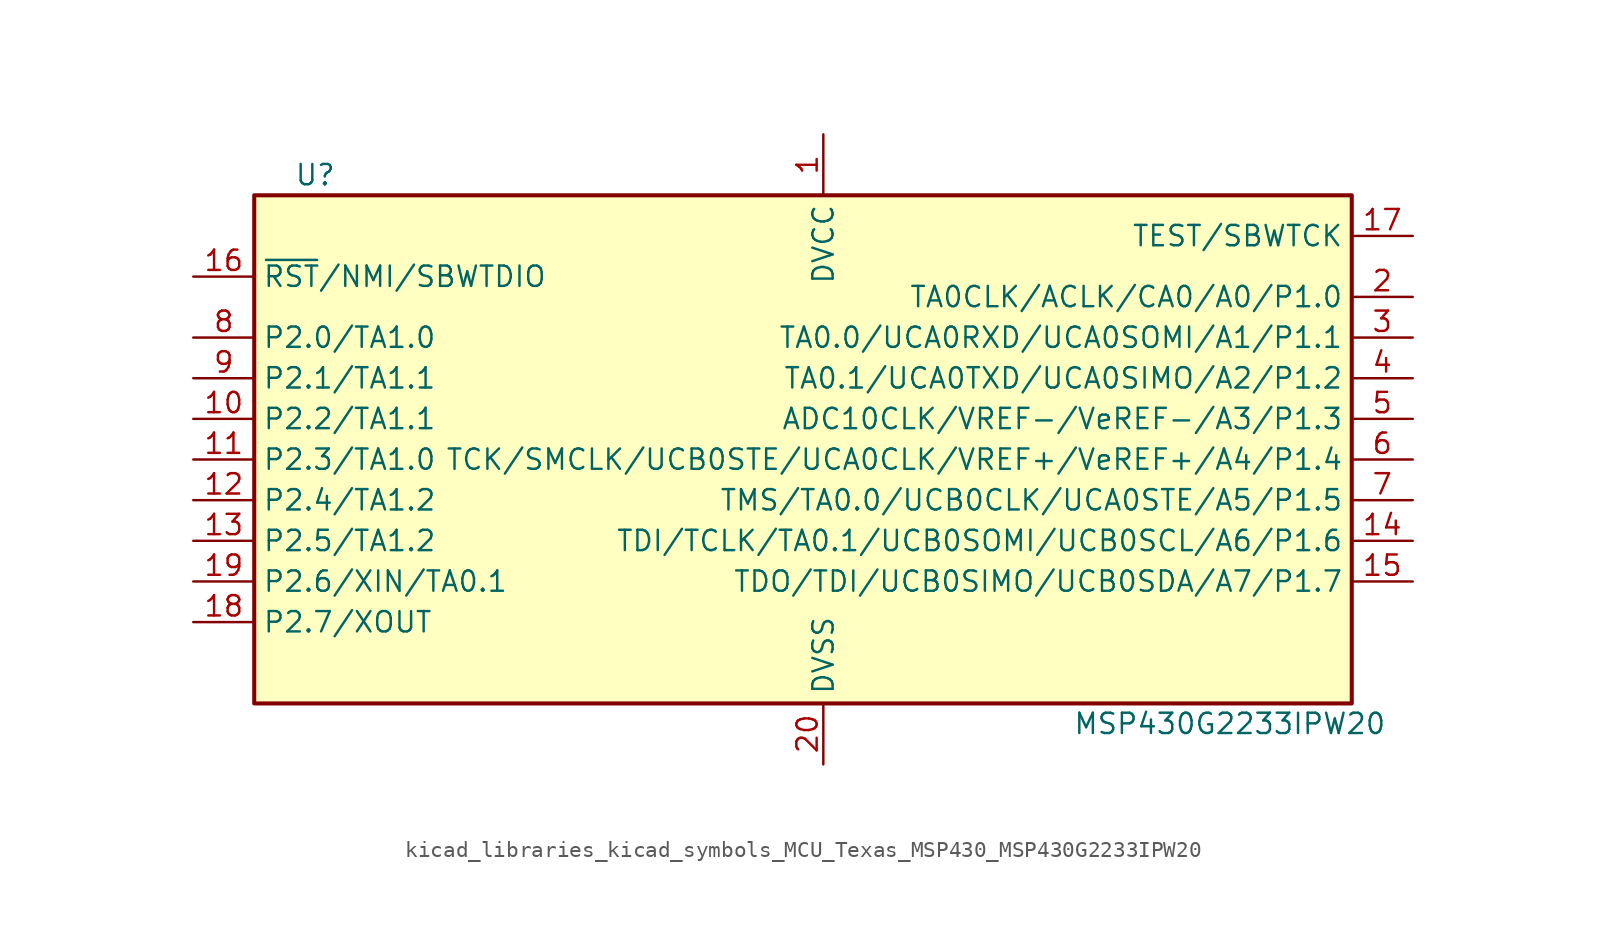
<source format=kicad_sym>
(kicad_symbol_lib
  (version 20220914)
  (generator kicad_symbol_editor)
  (symbol "kicad_libraries_kicad_symbols_MCU_Texas_MSP430_MSP430G2233IPW20"
    (property "Reference" "U"
      (at -30.48 17.78 0)
      (effects (font (size 1.27 1.27))))
    (property "Value" "MSP430G2233IPW20"
      (at 26.67 -16.51 0)
      (effects (font (size 1.27 1.27))))
    (symbol "kicad_libraries_kicad_symbols_MCU_Texas_MSP430_MSP430G2233IPW20_0_1"
      (rectangle (start -34.29 16.51) (end 34.29 -15.24) (stroke (width 0.254) (type default)) (fill (type background))))
    (symbol "kicad_libraries_kicad_symbols_MCU_Texas_MSP430_MSP430G2233IPW20_1_1"
      (pin power_in line (at 1.27 20.32 270) (length 3.81) (name "DVCC" (effects (font (size 1.27 1.27)))) (number "1" (effects (font (size 1.27 1.27)))))
      (pin bidirectional line (at -38.1 2.54 0) (length 3.81) (name "P2.2/TA1.1" (effects (font (size 1.27 1.27)))) (number "10" (effects (font (size 1.27 1.27)))))
      (pin bidirectional line (at -38.1 0 0) (length 3.81) (name "P2.3/TA1.0" (effects (font (size 1.27 1.27)))) (number "11" (effects (font (size 1.27 1.27)))))
      (pin bidirectional line (at -38.1 -2.54 0) (length 3.81) (name "P2.4/TA1.2" (effects (font (size 1.27 1.27)))) (number "12" (effects (font (size 1.27 1.27)))))
      (pin bidirectional line (at -38.1 -5.08 0) (length 3.81) (name "P2.5/TA1.2" (effects (font (size 1.27 1.27)))) (number "13" (effects (font (size 1.27 1.27)))))
      (pin bidirectional line (at 38.1 -5.08 180) (length 3.81) (name "TDI/TCLK/TA0.1/UCB0SOMI/UCB0SCL/A6/P1.6" (effects (font (size 1.27 1.27)))) (number "14" (effects (font (size 1.27 1.27)))))
      (pin bidirectional line (at 38.1 -7.62 180) (length 3.81) (name "TDO/TDI/UCB0SIMO/UCB0SDA/A7/P1.7" (effects (font (size 1.27 1.27)))) (number "15" (effects (font (size 1.27 1.27)))))
      (pin input line (at -38.1 11.43 0) (length 3.81) (name "~{RST}/NMI/SBWTDIO" (effects (font (size 1.27 1.27)))) (number "16" (effects (font (size 1.27 1.27)))))
      (pin input line (at 38.1 13.97 180) (length 3.81) (name "TEST/SBWTCK" (effects (font (size 1.27 1.27)))) (number "17" (effects (font (size 1.27 1.27)))))
      (pin bidirectional line (at -38.1 -10.16 0) (length 3.81) (name "P2.7/XOUT" (effects (font (size 1.27 1.27)))) (number "18" (effects (font (size 1.27 1.27)))))
      (pin bidirectional line (at -38.1 -7.62 0) (length 3.81) (name "P2.6/XIN/TA0.1" (effects (font (size 1.27 1.27)))) (number "19" (effects (font (size 1.27 1.27)))))
      (pin bidirectional line (at 38.1 10.16 180) (length 3.81) (name "TA0CLK/ACLK/CA0/A0/P1.0" (effects (font (size 1.27 1.27)))) (number "2" (effects (font (size 1.27 1.27)))))
      (pin power_in line (at 1.27 -19.05 90) (length 3.81) (name "DVSS" (effects (font (size 1.27 1.27)))) (number "20" (effects (font (size 1.27 1.27)))))
      (pin bidirectional line (at 38.1 7.62 180) (length 3.81) (name "TA0.0/UCA0RXD/UCA0SOMI/A1/P1.1" (effects (font (size 1.27 1.27)))) (number "3" (effects (font (size 1.27 1.27)))))
      (pin bidirectional line (at 38.1 5.08 180) (length 3.81) (name "TA0.1/UCA0TXD/UCA0SIMO/A2/P1.2" (effects (font (size 1.27 1.27)))) (number "4" (effects (font (size 1.27 1.27)))))
      (pin bidirectional line (at 38.1 2.54 180) (length 3.81) (name "ADC10CLK/VREF-/VeREF-/A3/P1.3" (effects (font (size 1.27 1.27)))) (number "5" (effects (font (size 1.27 1.27)))))
      (pin bidirectional line (at 38.1 0 180) (length 3.81) (name "TCK/SMCLK/UCB0STE/UCA0CLK/VREF+/VeREF+/A4/P1.4" (effects (font (size 1.27 1.27)))) (number "6" (effects (font (size 1.27 1.27)))))
      (pin bidirectional line (at 38.1 -2.54 180) (length 3.81) (name "TMS/TA0.0/UCB0CLK/UCA0STE/A5/P1.5" (effects (font (size 1.27 1.27)))) (number "7" (effects (font (size 1.27 1.27)))))
      (pin bidirectional line (at -38.1 7.62 0) (length 3.81) (name "P2.0/TA1.0" (effects (font (size 1.27 1.27)))) (number "8" (effects (font (size 1.27 1.27)))))
      (pin bidirectional line (at -38.1 5.08 0) (length 3.81) (name "P2.1/TA1.1" (effects (font (size 1.27 1.27)))) (number "9" (effects (font (size 1.27 1.27))))))))
</source>
